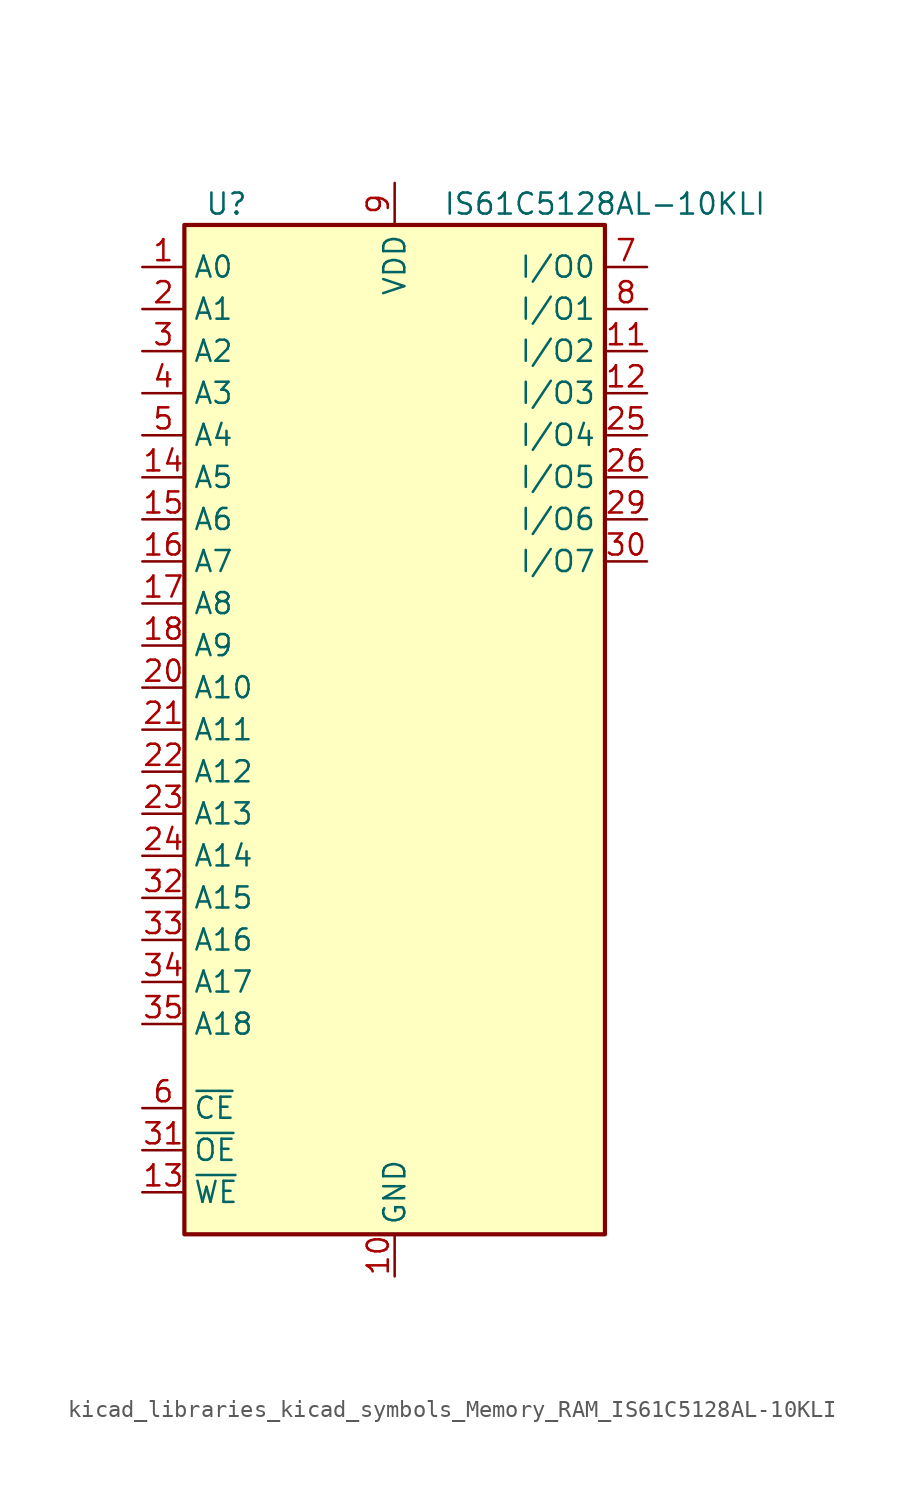
<source format=kicad_sym>
(kicad_symbol_lib
  (version 20220914)
  (generator kicad_symbol_editor)
  (symbol "kicad_libraries_kicad_symbols_Memory_RAM_IS61C5128AL-10KLI"
    (property "Reference" "U"
      (at -10.16 31.75 0)
      (effects (font (size 1.27 1.27))))
    (property "Value" "IS61C5128AL-10KLI"
      (at 12.7 31.75 0)
      (effects (font (size 1.27 1.27))))
    (symbol "kicad_libraries_kicad_symbols_Memory_RAM_IS61C5128AL-10KLI_0_1"
      (rectangle (start -12.7 30.48) (end 12.7 -30.48) (stroke (width 0.254) (type default)) (fill (type background))))
    (symbol "kicad_libraries_kicad_symbols_Memory_RAM_IS61C5128AL-10KLI_1_1"
      (pin input line (at -15.24 27.94 0) (length 2.54) (name "A0" (effects (font (size 1.27 1.27)))) (number "1" (effects (font (size 1.27 1.27)))))
      (pin power_in line (at 0 -33.02 90) (length 2.54) (name "GND" (effects (font (size 1.27 1.27)))) (number "10" (effects (font (size 1.27 1.27)))))
      (pin bidirectional line (at 15.24 22.86 180) (length 2.54) (name "I/O2" (effects (font (size 1.27 1.27)))) (number "11" (effects (font (size 1.27 1.27)))))
      (pin bidirectional line (at 15.24 20.32 180) (length 2.54) (name "I/O3" (effects (font (size 1.27 1.27)))) (number "12" (effects (font (size 1.27 1.27)))))
      (pin input line (at -15.24 -27.94 0) (length 2.54) (name "~{WE}" (effects (font (size 1.27 1.27)))) (number "13" (effects (font (size 1.27 1.27)))))
      (pin input line (at -15.24 15.24 0) (length 2.54) (name "A5" (effects (font (size 1.27 1.27)))) (number "14" (effects (font (size 1.27 1.27)))))
      (pin input line (at -15.24 12.7 0) (length 2.54) (name "A6" (effects (font (size 1.27 1.27)))) (number "15" (effects (font (size 1.27 1.27)))))
      (pin input line (at -15.24 10.16 0) (length 2.54) (name "A7" (effects (font (size 1.27 1.27)))) (number "16" (effects (font (size 1.27 1.27)))))
      (pin input line (at -15.24 7.62 0) (length 2.54) (name "A8" (effects (font (size 1.27 1.27)))) (number "17" (effects (font (size 1.27 1.27)))))
      (pin input line (at -15.24 5.08 0) (length 2.54) (name "A9" (effects (font (size 1.27 1.27)))) (number "18" (effects (font (size 1.27 1.27)))))
      (pin no_connect line (at 12.7 -27.94 180) (length 2.54) hide (name "NC" (effects (font (size 1.27 1.27)))) (number "19" (effects (font (size 1.27 1.27)))))
      (pin input line (at -15.24 25.4 0) (length 2.54) (name "A1" (effects (font (size 1.27 1.27)))) (number "2" (effects (font (size 1.27 1.27)))))
      (pin input line (at -15.24 2.54 0) (length 2.54) (name "A10" (effects (font (size 1.27 1.27)))) (number "20" (effects (font (size 1.27 1.27)))))
      (pin input line (at -15.24 0 0) (length 2.54) (name "A11" (effects (font (size 1.27 1.27)))) (number "21" (effects (font (size 1.27 1.27)))))
      (pin input line (at -15.24 -2.54 0) (length 2.54) (name "A12" (effects (font (size 1.27 1.27)))) (number "22" (effects (font (size 1.27 1.27)))))
      (pin input line (at -15.24 -5.08 0) (length 2.54) (name "A13" (effects (font (size 1.27 1.27)))) (number "23" (effects (font (size 1.27 1.27)))))
      (pin input line (at -15.24 -7.62 0) (length 2.54) (name "A14" (effects (font (size 1.27 1.27)))) (number "24" (effects (font (size 1.27 1.27)))))
      (pin bidirectional line (at 15.24 17.78 180) (length 2.54) (name "I/O4" (effects (font (size 1.27 1.27)))) (number "25" (effects (font (size 1.27 1.27)))))
      (pin bidirectional line (at 15.24 15.24 180) (length 2.54) (name "I/O5" (effects (font (size 1.27 1.27)))) (number "26" (effects (font (size 1.27 1.27)))))
      (pin passive line (at 0 33.02 270) (length 2.54) hide (name "VDD" (effects (font (size 1.27 1.27)))) (number "27" (effects (font (size 1.27 1.27)))))
      (pin passive line (at 0 -33.02 90) (length 2.54) hide (name "GND" (effects (font (size 1.27 1.27)))) (number "28" (effects (font (size 1.27 1.27)))))
      (pin bidirectional line (at 15.24 12.7 180) (length 2.54) (name "I/O6" (effects (font (size 1.27 1.27)))) (number "29" (effects (font (size 1.27 1.27)))))
      (pin input line (at -15.24 22.86 0) (length 2.54) (name "A2" (effects (font (size 1.27 1.27)))) (number "3" (effects (font (size 1.27 1.27)))))
      (pin bidirectional line (at 15.24 10.16 180) (length 2.54) (name "I/O7" (effects (font (size 1.27 1.27)))) (number "30" (effects (font (size 1.27 1.27)))))
      (pin input line (at -15.24 -25.4 0) (length 2.54) (name "~{OE}" (effects (font (size 1.27 1.27)))) (number "31" (effects (font (size 1.27 1.27)))))
      (pin input line (at -15.24 -10.16 0) (length 2.54) (name "A15" (effects (font (size 1.27 1.27)))) (number "32" (effects (font (size 1.27 1.27)))))
      (pin input line (at -15.24 -12.7 0) (length 2.54) (name "A16" (effects (font (size 1.27 1.27)))) (number "33" (effects (font (size 1.27 1.27)))))
      (pin input line (at -15.24 -15.24 0) (length 2.54) (name "A17" (effects (font (size 1.27 1.27)))) (number "34" (effects (font (size 1.27 1.27)))))
      (pin input line (at -15.24 -17.78 0) (length 2.54) (name "A18" (effects (font (size 1.27 1.27)))) (number "35" (effects (font (size 1.27 1.27)))))
      (pin no_connect line (at 12.7 -25.4 180) (length 2.54) hide (name "NC" (effects (font (size 1.27 1.27)))) (number "36" (effects (font (size 1.27 1.27)))))
      (pin input line (at -15.24 20.32 0) (length 2.54) (name "A3" (effects (font (size 1.27 1.27)))) (number "4" (effects (font (size 1.27 1.27)))))
      (pin input line (at -15.24 17.78 0) (length 2.54) (name "A4" (effects (font (size 1.27 1.27)))) (number "5" (effects (font (size 1.27 1.27)))))
      (pin input line (at -15.24 -22.86 0) (length 2.54) (name "~{CE}" (effects (font (size 1.27 1.27)))) (number "6" (effects (font (size 1.27 1.27)))))
      (pin bidirectional line (at 15.24 27.94 180) (length 2.54) (name "I/O0" (effects (font (size 1.27 1.27)))) (number "7" (effects (font (size 1.27 1.27)))))
      (pin bidirectional line (at 15.24 25.4 180) (length 2.54) (name "I/O1" (effects (font (size 1.27 1.27)))) (number "8" (effects (font (size 1.27 1.27)))))
      (pin power_in line (at 0 33.02 270) (length 2.54) (name "VDD" (effects (font (size 1.27 1.27)))) (number "9" (effects (font (size 1.27 1.27))))))))
</source>
